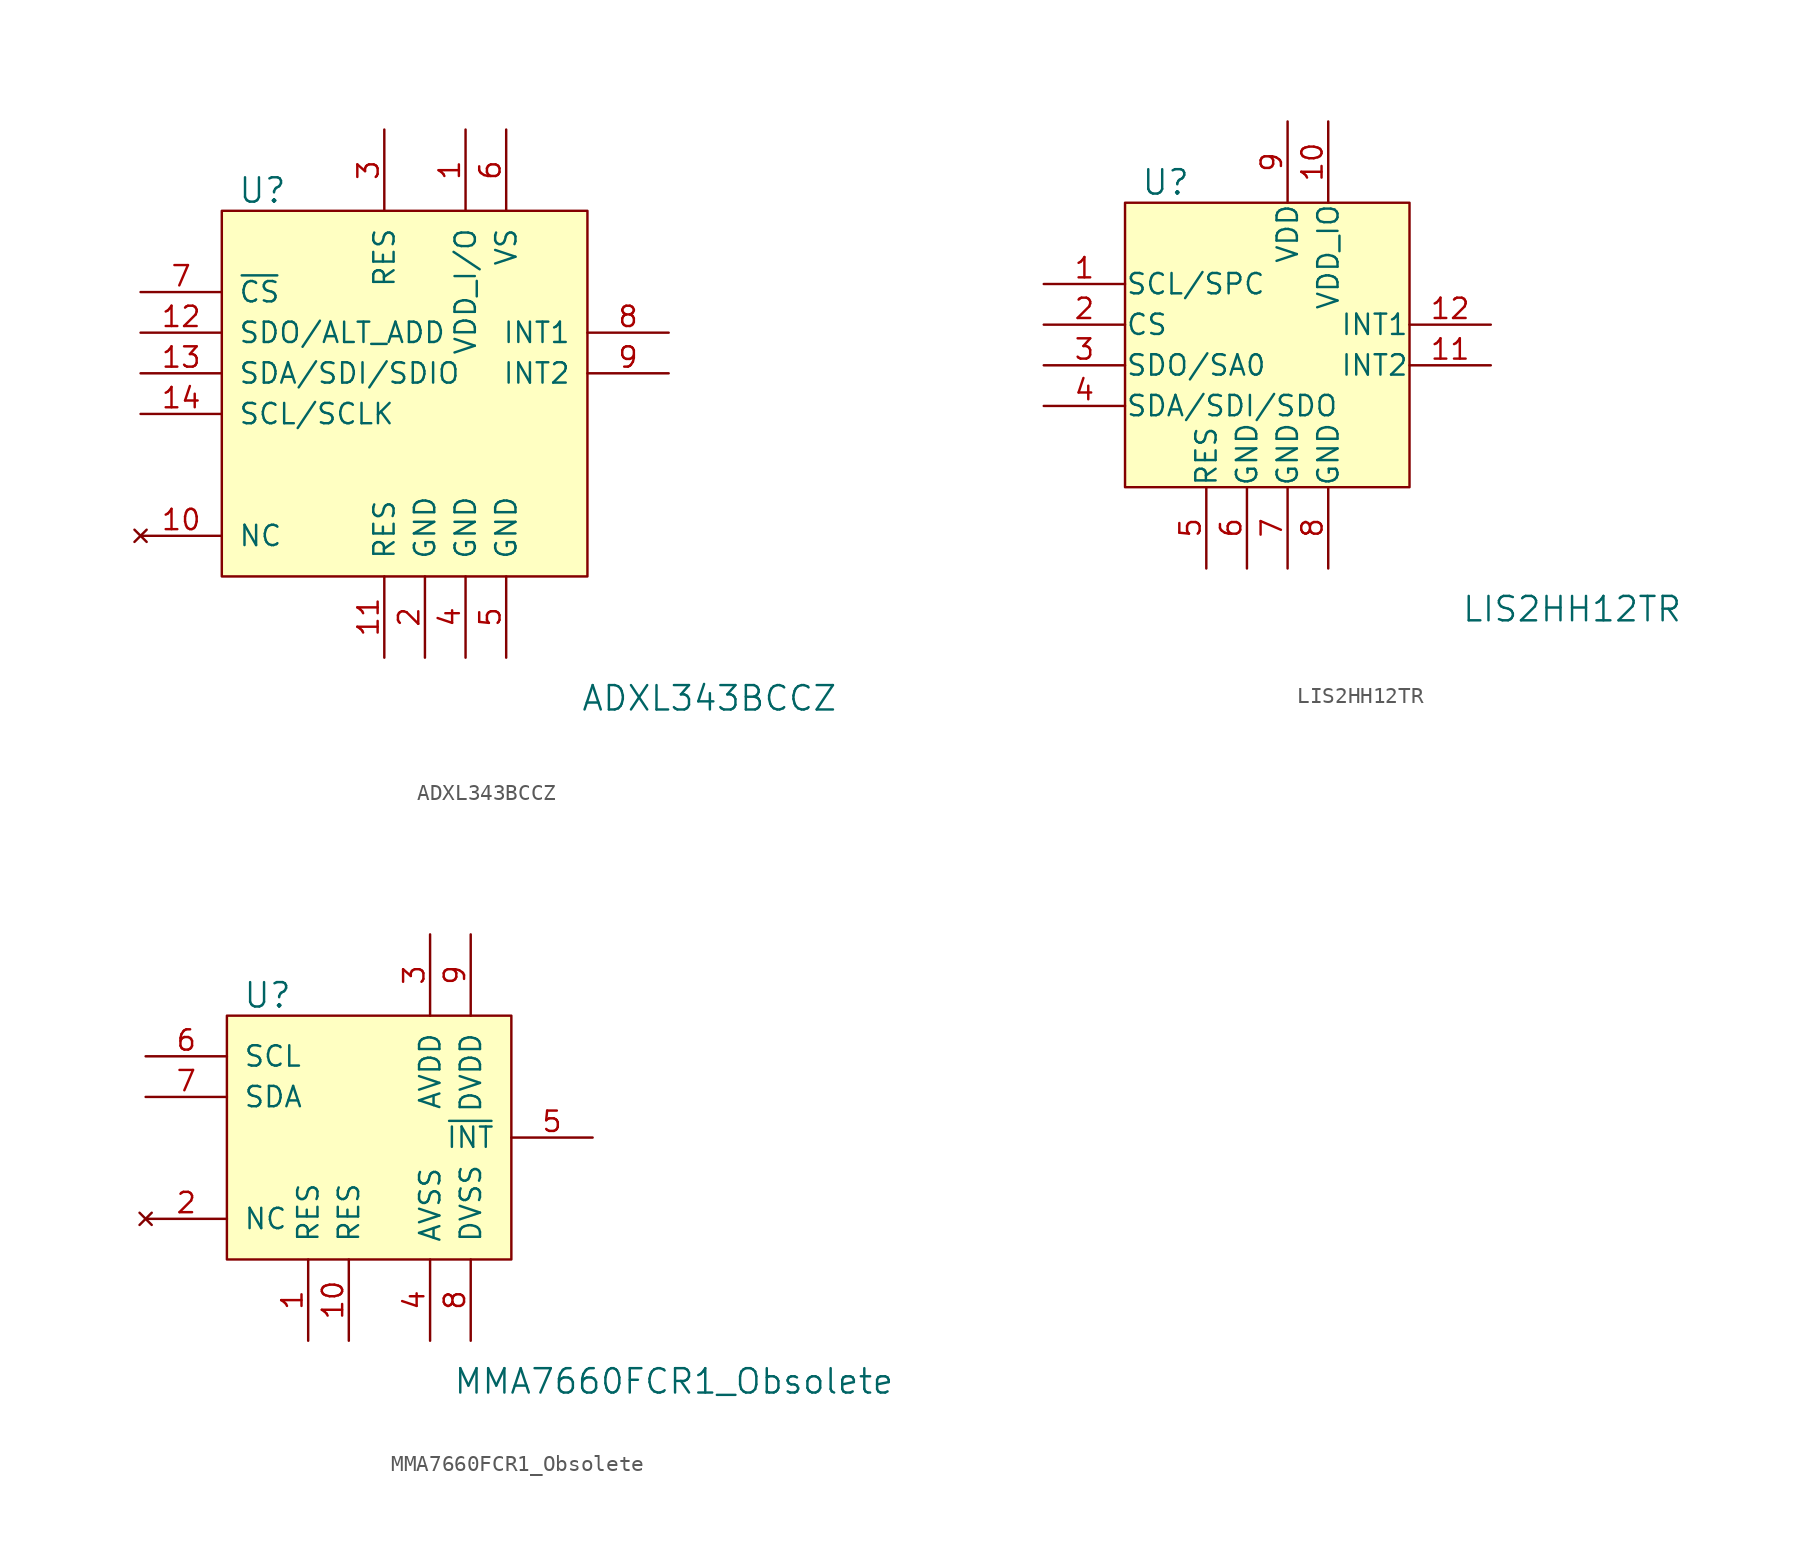
<source format=kicad_sym>
(kicad_symbol_lib
  (version 20220914)
  (generator kicad_symbol_editor)
  (symbol "ADXL343BCCZ"
    (pin_names
      (offset 1.016))
    (property "Reference" "U"
      (at -7.62 13.97 0)
      (effects (font (size 1.524 1.524))))
    (property "Value" "ADXL343BCCZ"
      (at 20.32 -17.78 0)
      (effects (font (size 1.524 1.524))))
    (symbol "ADXL343BCCZ_0_1"
      (rectangle (start -10.16 12.7) (end 12.7 -10.16) (stroke (width 0) (type solid)) (fill (type background))))
    (symbol "ADXL343BCCZ_1_1"
      (pin power_in line (at 5.08 17.78 270) (length 5.08) (name "VDD_I/O" (effects (font (size 1.27 1.27)))) (number "1" (effects (font (size 1.27 1.27)))))
      (pin no_connect line (at -15.24 -7.62 0) (length 5.08) (name "NC" (effects (font (size 1.27 1.27)))) (number "10" (effects (font (size 1.27 1.27)))))
      (pin power_in line (at 0 -15.24 90) (length 5.08) (name "RES" (effects (font (size 1.27 1.27)))) (number "11" (effects (font (size 1.27 1.27)))))
      (pin bidirectional line (at -15.24 5.08 0) (length 5.08) (name "SDO/ALT_ADD" (effects (font (size 1.27 1.27)))) (number "12" (effects (font (size 1.27 1.27)))))
      (pin bidirectional line (at -15.24 2.54 0) (length 5.08) (name "SDA/SDI/SDIO" (effects (font (size 1.27 1.27)))) (number "13" (effects (font (size 1.27 1.27)))))
      (pin bidirectional line (at -15.24 0 0) (length 5.08) (name "SCL/SCLK" (effects (font (size 1.27 1.27)))) (number "14" (effects (font (size 1.27 1.27)))))
      (pin power_in line (at 2.54 -15.24 90) (length 5.08) (name "GND" (effects (font (size 1.27 1.27)))) (number "2" (effects (font (size 1.27 1.27)))))
      (pin power_in line (at 0 17.78 270) (length 5.08) (name "RES" (effects (font (size 1.27 1.27)))) (number "3" (effects (font (size 1.27 1.27)))))
      (pin power_in line (at 5.08 -15.24 90) (length 5.08) (name "GND" (effects (font (size 1.27 1.27)))) (number "4" (effects (font (size 1.27 1.27)))))
      (pin power_in line (at 7.62 -15.24 90) (length 5.08) (name "GND" (effects (font (size 1.27 1.27)))) (number "5" (effects (font (size 1.27 1.27)))))
      (pin power_in line (at 7.62 17.78 270) (length 5.08) (name "VS" (effects (font (size 1.27 1.27)))) (number "6" (effects (font (size 1.27 1.27)))))
      (pin input line (at -15.24 7.62 0) (length 5.08) (name "~{CS}" (effects (font (size 1.27 1.27)))) (number "7" (effects (font (size 1.27 1.27)))))
      (pin output line (at 17.78 5.08 180) (length 5.08) (name "INT1" (effects (font (size 1.27 1.27)))) (number "8" (effects (font (size 1.27 1.27)))))
      (pin output line (at 17.78 2.54 180) (length 5.08) (name "INT2" (effects (font (size 1.27 1.27)))) (number "9" (effects (font (size 1.27 1.27)))))))
  (symbol "LIS2HH12TR"
    (pin_names
      (offset 0.025))
    (property "Reference" "U"
      (at -7.62 8.89 0)
      (effects (font (size 1.524 1.524))))
    (property "Value" "LIS2HH12TR"
      (at 17.78 -17.78 0)
      (effects (font (size 1.524 1.524))))
    (symbol "LIS2HH12TR_0_1"
      (rectangle (start -10.16 7.62) (end 7.62 -10.16) (stroke (width 0) (type solid)) (fill (type background))))
    (symbol "LIS2HH12TR_1_1"
      (pin input line (at -15.24 2.54 0) (length 5.08) (name "SCL/SPC" (effects (font (size 1.27 1.27)))) (number "1" (effects (font (size 1.27 1.27)))))
      (pin power_in line (at 2.54 12.7 270) (length 5.08) (name "VDD_IO" (effects (font (size 1.27 1.27)))) (number "10" (effects (font (size 1.27 1.27)))))
      (pin output line (at 12.7 -2.54 180) (length 5.08) (name "INT2" (effects (font (size 1.27 1.27)))) (number "11" (effects (font (size 1.27 1.27)))))
      (pin output line (at 12.7 0 180) (length 5.08) (name "INT1" (effects (font (size 1.27 1.27)))) (number "12" (effects (font (size 1.27 1.27)))))
      (pin input line (at -15.24 0 0) (length 5.08) (name "CS" (effects (font (size 1.27 1.27)))) (number "2" (effects (font (size 1.27 1.27)))))
      (pin bidirectional line (at -15.24 -2.54 0) (length 5.08) (name "SDO/SA0" (effects (font (size 1.27 1.27)))) (number "3" (effects (font (size 1.27 1.27)))))
      (pin bidirectional line (at -15.24 -5.08 0) (length 5.08) (name "SDA/SDI/SDO" (effects (font (size 1.27 1.27)))) (number "4" (effects (font (size 1.27 1.27)))))
      (pin power_in line (at -5.08 -15.24 90) (length 5.08) (name "RES" (effects (font (size 1.27 1.27)))) (number "5" (effects (font (size 1.27 1.27)))))
      (pin power_in line (at -2.54 -15.24 90) (length 5.08) (name "GND" (effects (font (size 1.27 1.27)))) (number "6" (effects (font (size 1.27 1.27)))))
      (pin power_in line (at 0 -15.24 90) (length 5.08) (name "GND" (effects (font (size 1.27 1.27)))) (number "7" (effects (font (size 1.27 1.27)))))
      (pin power_in line (at 2.54 -15.24 90) (length 5.08) (name "GND" (effects (font (size 1.27 1.27)))) (number "8" (effects (font (size 1.27 1.27)))))
      (pin power_in line (at 0 12.7 270) (length 5.08) (name "VDD" (effects (font (size 1.27 1.27)))) (number "9" (effects (font (size 1.27 1.27)))))))
  (symbol "MMA7660FCR1_Obsolete"
    (pin_names
      (offset 1.016))
    (property "Reference" "U"
      (at -7.62 8.89 0)
      (effects (font (size 1.524 1.524))))
    (property "Value" "MMA7660FCR1_Obsolete"
      (at 17.78 -15.24 0)
      (effects (font (size 1.524 1.524))))
    (symbol "MMA7660FCR1_Obsolete_0_1"
      (rectangle (start -10.16 7.62) (end 7.62 -7.62) (stroke (width 0) (type solid)) (fill (type background))))
    (symbol "MMA7660FCR1_Obsolete_1_1"
      (pin power_in line (at -5.08 -12.7 90) (length 5.08) (name "RES" (effects (font (size 1.27 1.27)))) (number "1" (effects (font (size 1.27 1.27)))))
      (pin power_in line (at -2.54 -12.7 90) (length 5.08) (name "RES" (effects (font (size 1.27 1.27)))) (number "10" (effects (font (size 1.27 1.27)))))
      (pin no_connect line (at -15.24 -5.08 0) (length 5.08) (name "NC" (effects (font (size 1.27 1.27)))) (number "2" (effects (font (size 1.27 1.27)))))
      (pin power_in line (at 2.54 12.7 270) (length 5.08) (name "AVDD" (effects (font (size 1.27 1.27)))) (number "3" (effects (font (size 1.27 1.27)))))
      (pin power_in line (at 2.54 -12.7 90) (length 5.08) (name "AVSS" (effects (font (size 1.27 1.27)))) (number "4" (effects (font (size 1.27 1.27)))))
      (pin output line (at 12.7 0 180) (length 5.08) (name "~{INT}" (effects (font (size 1.27 1.27)))) (number "5" (effects (font (size 1.27 1.27)))))
      (pin input line (at -15.24 5.08 0) (length 5.08) (name "SCL" (effects (font (size 1.27 1.27)))) (number "6" (effects (font (size 1.27 1.27)))))
      (pin bidirectional line (at -15.24 2.54 0) (length 5.08) (name "SDA" (effects (font (size 1.27 1.27)))) (number "7" (effects (font (size 1.27 1.27)))))
      (pin power_in line (at 5.08 -12.7 90) (length 5.08) (name "DVSS" (effects (font (size 1.27 1.27)))) (number "8" (effects (font (size 1.27 1.27)))))
      (pin power_in line (at 5.08 12.7 270) (length 5.08) (name "DVDD" (effects (font (size 1.27 1.27)))) (number "9" (effects (font (size 1.27 1.27))))))))
</source>
